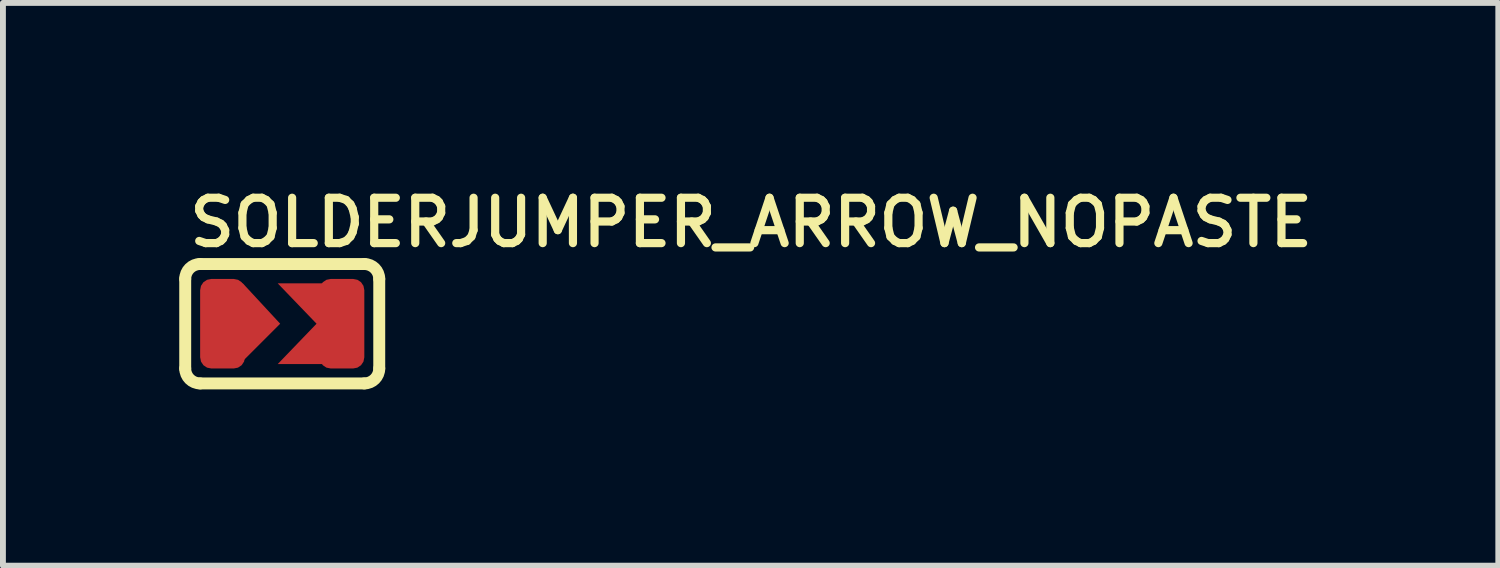
<source format=kicad_pcb>
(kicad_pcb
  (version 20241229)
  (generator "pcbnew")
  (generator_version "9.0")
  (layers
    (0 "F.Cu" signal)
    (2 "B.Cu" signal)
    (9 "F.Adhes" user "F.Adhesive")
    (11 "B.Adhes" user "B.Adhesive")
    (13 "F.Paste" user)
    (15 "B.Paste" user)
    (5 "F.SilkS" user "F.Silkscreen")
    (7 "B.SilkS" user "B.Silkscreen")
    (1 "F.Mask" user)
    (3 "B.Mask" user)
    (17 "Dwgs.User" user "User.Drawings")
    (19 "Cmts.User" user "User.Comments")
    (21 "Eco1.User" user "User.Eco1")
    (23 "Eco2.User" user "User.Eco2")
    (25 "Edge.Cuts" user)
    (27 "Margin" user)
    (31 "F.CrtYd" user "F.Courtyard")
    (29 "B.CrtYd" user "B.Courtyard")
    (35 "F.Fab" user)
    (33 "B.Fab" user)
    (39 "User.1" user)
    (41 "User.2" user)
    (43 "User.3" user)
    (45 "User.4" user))
  (footprint "SOLDERJUMPER_ARROW_NOPASTE"
    (layer "F.Cu")
    (at 1.753 2.459)
    (property "Reference" "SOLDERJUMPER_ARROW_NOPASTE" (at -1.651 -1.27 180) (layer "F.SilkS") (effects (font (size 0.772 0.772) (thickness 0.139)) (justify left bottom)))
    (attr through_hole)
    (fp_poly (pts (xy -1.293 -0.687) (xy -0.671 -0.687) (xy -0.035 0) (xy -0.722 0.687) (xy -1.293 0.687)) (stroke (width 0) (type solid)) (fill yes) (layer "F.Cu"))
    (fp_poly (pts (xy -0.077 -0.687) (xy 0.584 0) (xy -0.077 0.687) (xy 1.293 0.687) (xy 1.293 -0.687)) (stroke (width 0) (type solid)) (fill yes) (layer "F.Cu"))
    (fp_poly (pts (xy -1.46 0.826) (xy 1.46 0.826) (xy 1.46 -0.826) (xy -1.46 -0.826)) (stroke (width 0) (type solid)) (fill yes) (layer "F.Mask"))
    (fp_line (start -1.651 0.762) (end -1.651 -0.762) (stroke (width 0.203) (type solid)) (layer "F.SilkS"))
    (fp_line (start -1.397 -1.016) (end 1.397 -1.016) (stroke (width 0.203) (type solid)) (layer "F.SilkS"))
    (fp_line (start 1.397 1.016) (end -1.397 1.016) (stroke (width 0.203) (type solid)) (layer "F.SilkS"))
    (fp_line (start 1.651 0.762) (end 1.651 -0.762) (stroke (width 0.203) (type solid)) (layer "F.SilkS"))
    (fp_arc (start -1.651 -0.762) (mid -1.576605 -0.941605) (end -1.397 -1.016) (stroke (width 0.2032) (type solid)) (layer "F.SilkS"))
    (fp_arc (start -1.397 1.016) (mid -1.576605 0.941605) (end -1.651 0.762) (stroke (width 0.2032) (type solid)) (layer "F.SilkS"))
    (fp_arc (start 1.397 -1.016) (mid 1.576605 -0.941605) (end 1.651 -0.762) (stroke (width 0.2032) (type solid)) (layer "F.SilkS"))
    (fp_arc (start 1.651 0.762) (mid 1.576605 0.941605) (end 1.397 1.016) (stroke (width 0.2032) (type solid)) (layer "F.SilkS"))
    (pad "1" smd roundrect (at -1.016 0) (size 0.762 1.524) (layers "F.Cu" "F.Mask") (roundrect_rratio 0.25))
    (pad "2" smd roundrect (at 1.016 0) (size 0.762 1.524) (layers "F.Cu" "F.Mask") (roundrect_rratio 0.25)))
  (gr_rect
    (start -3 -3)
    (end 22.448 6.577)
    (stroke (width 0.1) (type default))
    (fill no)
    (layer "Edge.Cuts")))
</source>
